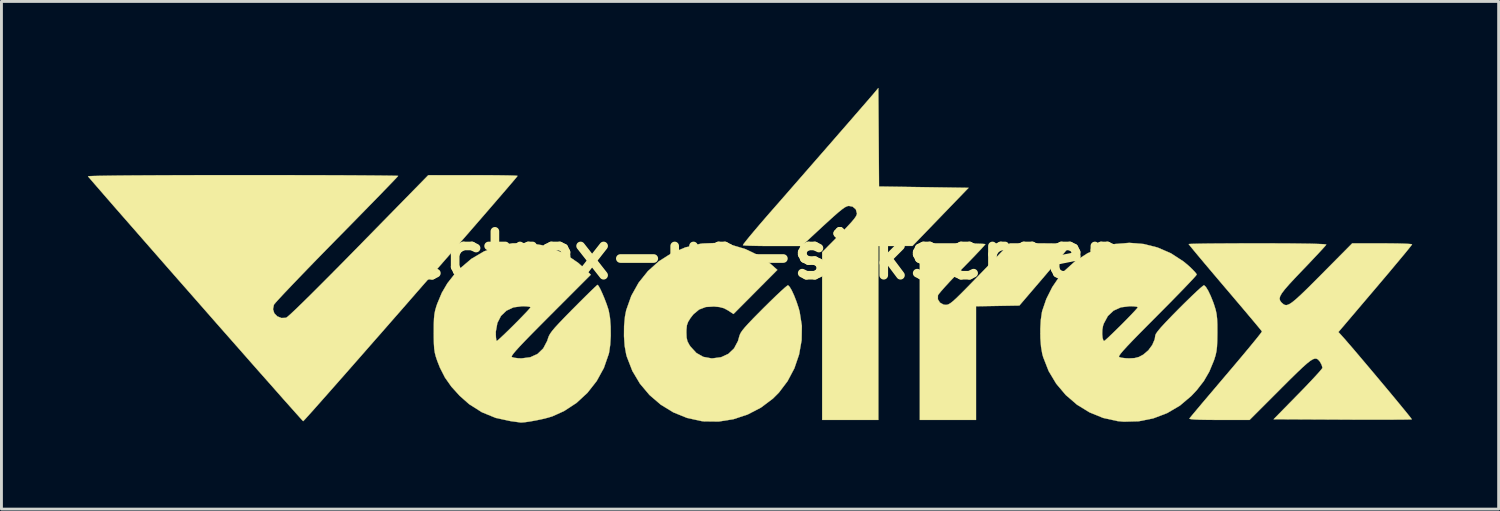
<source format=kicad_pcb>
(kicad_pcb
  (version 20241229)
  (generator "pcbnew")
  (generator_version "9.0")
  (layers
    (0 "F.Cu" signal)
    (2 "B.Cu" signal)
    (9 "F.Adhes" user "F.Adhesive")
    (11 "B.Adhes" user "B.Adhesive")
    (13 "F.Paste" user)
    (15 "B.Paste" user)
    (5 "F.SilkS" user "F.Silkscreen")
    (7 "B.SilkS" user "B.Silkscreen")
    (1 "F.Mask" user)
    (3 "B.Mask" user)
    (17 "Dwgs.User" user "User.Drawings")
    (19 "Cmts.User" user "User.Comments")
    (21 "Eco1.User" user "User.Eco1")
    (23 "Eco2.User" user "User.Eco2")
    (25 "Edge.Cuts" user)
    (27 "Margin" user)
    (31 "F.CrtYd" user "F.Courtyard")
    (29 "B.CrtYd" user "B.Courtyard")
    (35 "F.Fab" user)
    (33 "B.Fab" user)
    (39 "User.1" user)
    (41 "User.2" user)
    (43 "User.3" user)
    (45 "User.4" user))
  (footprint "vectrex-us-silkscreen"
    (layer "F.Cu")
    (at 22.983 5.815)
    (property "Reference" "vectrex-us-silkscreen" (at 0 0 0) (layer "F.SilkS") (effects (font (size 1.524 1.524) (thickness 0.3))))
    (attr through_hole)
    (fp_poly (pts (xy 7.349 -0.417) (xy 7.63 -0.413) (xy 7.865 -0.408) (xy 8.041 -0.402) (xy 8.147 -0.394) (xy 8.173 -0.388) (xy 8.141 -0.348) (xy 8.054 -0.251) (xy 7.918 -0.107) (xy 7.744 0.076) (xy 7.539 0.287) (xy 7.365 0.464) (xy 7.141 0.695) (xy 6.937 0.91) (xy 6.765 1.097) (xy 6.633 1.247) (xy 6.55 1.349) (xy 6.526 1.388) (xy 6.524 1.525) (xy 6.596 1.64) (xy 6.722 1.709) (xy 6.799 1.718) (xy 6.847 1.714) (xy 6.899 1.695) (xy 6.963 1.657) (xy 7.047 1.591) (xy 7.158 1.491) (xy 7.303 1.35) (xy 7.491 1.161) (xy 7.728 0.918) (xy 7.988 0.65) (xy 9.021 -0.418) (xy 10.082 -0.418) (xy 10.385 -0.416) (xy 10.654 -0.412) (xy 10.876 -0.406) (xy 11.039 -0.398) (xy 11.129 -0.389) (xy 11.142 -0.383) (xy 11.113 -0.34) (xy 11.03 -0.236) (xy 10.902 -0.08) (xy 10.735 0.12) (xy 10.538 0.354) (xy 10.318 0.613) (xy 10.247 0.697) (xy 9.353 1.741) (xy 7.848 1.767) (xy 7.848 5.712) (xy 5.897 5.712) (xy 5.897 -0.418) (xy 7.035 -0.418) (xy 7.349 -0.417)) (stroke (width 0.01) (type solid)) (fill yes) (layer "F.SilkS"))
    (fp_poly (pts (xy 4.469 -4.101) (xy 4.481 -2.391) (xy 6.035 -2.368) (xy 7.589 -2.345) (xy 5.642 -0.328) (xy 5.05 -0.326) (xy 4.458 -0.325) (xy 4.458 5.712) (xy 2.507 5.712) (xy 2.507 -0.112) (xy 3.111 -0.721) (xy 3.339 -0.955) (xy 3.506 -1.135) (xy 3.62 -1.269) (xy 3.686 -1.366) (xy 3.713 -1.435) (xy 3.715 -1.452) (xy 3.675 -1.598) (xy 3.566 -1.691) (xy 3.433 -1.718) (xy 3.375 -1.707) (xy 3.3 -1.671) (xy 3.2 -1.601) (xy 3.063 -1.49) (xy 2.883 -1.332) (xy 2.648 -1.118) (xy 2.543 -1.022) (xy 1.79 -0.325) (xy 0.787 -0.325) (xy 0.491 -0.326) (xy 0.227 -0.33) (xy 0.009 -0.335) (xy -0.15 -0.342) (xy -0.234 -0.349) (xy -0.244 -0.353) (xy -0.222 -0.393) (xy -0.144 -0.494) (xy -0.02 -0.648) (xy 0.145 -0.845) (xy 0.343 -1.078) (xy 0.567 -1.338) (xy 0.69 -1.479) (xy 1.025 -1.861) (xy 1.371 -2.257) (xy 1.724 -2.661) (xy 2.076 -3.065) (xy 2.423 -3.462) (xy 2.759 -3.847) (xy 3.077 -4.213) (xy 3.373 -4.552) (xy 3.639 -4.859) (xy 3.871 -5.126) (xy 4.063 -5.347) (xy 4.208 -5.515) (xy 4.302 -5.624) (xy 4.329 -5.657) (xy 4.457 -5.81) (xy 4.469 -4.101)) (stroke (width 0.01) (type solid)) (fill yes) (layer "F.SilkS"))
    (fp_poly (pts (xy -0.644 -0.364) (xy -0.159 -0.219) (xy 0.296 -0.002) (xy 0.7 0.282) (xy 0.743 0.32) (xy 0.952 0.504) (xy 0.19 1.27) (xy -0.571 2.035) (xy -0.757 1.913) (xy -0.901 1.835) (xy -1.061 1.793) (xy -1.249 1.775) (xy -1.532 1.792) (xy -1.763 1.879) (xy -1.961 2.044) (xy -2.064 2.175) (xy -2.146 2.307) (xy -2.189 2.428) (xy -2.204 2.581) (xy -2.206 2.67) (xy -2.199 2.851) (xy -2.17 2.981) (xy -2.106 3.103) (xy -2.064 3.165) (xy -1.861 3.386) (xy -1.621 3.522) (xy -1.34 3.574) (xy -1.303 3.575) (xy -1.002 3.535) (xy -0.749 3.418) (xy -0.552 3.23) (xy -0.416 2.974) (xy -0.377 2.836) (xy -0.356 2.765) (xy -0.321 2.691) (xy -0.263 2.605) (xy -0.175 2.497) (xy -0.048 2.357) (xy 0.125 2.176) (xy 0.354 1.945) (xy 0.472 1.826) (xy 0.697 1.604) (xy 0.9 1.407) (xy 1.075 1.243) (xy 1.21 1.121) (xy 1.296 1.051) (xy 1.323 1.037) (xy 1.379 1.093) (xy 1.453 1.219) (xy 1.534 1.395) (xy 1.615 1.603) (xy 1.688 1.822) (xy 1.725 1.956) (xy 1.802 2.445) (xy 1.794 2.944) (xy 1.706 3.441) (xy 1.543 3.919) (xy 1.307 4.365) (xy 1.005 4.764) (xy 0.798 4.971) (xy 0.382 5.284) (xy -0.08 5.524) (xy -0.573 5.687) (xy -1.082 5.768) (xy -1.595 5.762) (xy -1.678 5.753) (xy -2.185 5.642) (xy -2.661 5.449) (xy -3.098 5.181) (xy -3.487 4.847) (xy -3.818 4.454) (xy -4.082 4.011) (xy -4.271 3.524) (xy -4.296 3.435) (xy -4.348 3.147) (xy -4.372 2.806) (xy -4.369 2.452) (xy -4.338 2.12) (xy -4.296 1.905) (xy -4.119 1.405) (xy -3.865 0.95) (xy -3.543 0.547) (xy -3.16 0.204) (xy -2.724 -0.073) (xy -2.243 -0.277) (xy -1.726 -0.401) (xy -1.639 -0.413) (xy -1.144 -0.431) (xy -0.644 -0.364)) (stroke (width 0.01) (type solid)) (fill yes) (layer "F.SilkS"))
    (fp_poly (pts (xy -7.218 -0.354) (xy -6.859 -0.248) (xy -6.381 -0.029) (xy -5.956 0.265) (xy -5.769 0.433) (xy -5.524 0.671) (xy -6.93 2.078) (xy -7.281 2.431) (xy -7.571 2.724) (xy -7.804 2.963) (xy -7.984 3.152) (xy -8.116 3.297) (xy -8.205 3.402) (xy -8.256 3.473) (xy -8.272 3.515) (xy -8.265 3.529) (xy -8.183 3.554) (xy -8.043 3.571) (xy -7.927 3.575) (xy -7.625 3.536) (xy -7.372 3.42) (xy -7.175 3.229) (xy -7.038 2.969) (xy -7.009 2.879) (xy -6.982 2.804) (xy -6.938 2.723) (xy -6.868 2.625) (xy -6.765 2.502) (xy -6.62 2.345) (xy -6.426 2.142) (xy -6.175 1.886) (xy -6.134 1.846) (xy -5.91 1.62) (xy -5.706 1.418) (xy -5.533 1.248) (xy -5.4 1.12) (xy -5.316 1.042) (xy -5.289 1.022) (xy -5.253 1.062) (xy -5.194 1.169) (xy -5.123 1.323) (xy -5.048 1.502) (xy -4.977 1.687) (xy -4.921 1.855) (xy -4.901 1.925) (xy -4.858 2.169) (xy -4.835 2.469) (xy -4.832 2.792) (xy -4.85 3.101) (xy -4.888 3.364) (xy -4.899 3.415) (xy -5.07 3.907) (xy -5.32 4.362) (xy -5.64 4.77) (xy -6.02 5.121) (xy -6.452 5.404) (xy -6.86 5.588) (xy -7.013 5.634) (xy -7.209 5.683) (xy -7.424 5.728) (xy -7.635 5.766) (xy -7.817 5.792) (xy -7.946 5.802) (xy -7.986 5.798) (xy -8.041 5.79) (xy -8.161 5.773) (xy -8.304 5.754) (xy -8.824 5.642) (xy -9.306 5.445) (xy -9.748 5.165) (xy -10.076 4.875) (xy -10.365 4.556) (xy -10.588 4.239) (xy -10.764 3.893) (xy -10.855 3.661) (xy -10.905 3.512) (xy -10.939 3.379) (xy -10.96 3.238) (xy -10.971 3.066) (xy -10.976 2.838) (xy -10.976 2.708) (xy -8.823 2.708) (xy -8.817 2.85) (xy -8.803 2.946) (xy -8.789 2.972) (xy -8.746 2.941) (xy -8.65 2.854) (xy -8.511 2.723) (xy -8.34 2.557) (xy -8.185 2.404) (xy -7.999 2.216) (xy -7.839 2.051) (xy -7.714 1.919) (xy -7.637 1.831) (xy -7.615 1.8) (xy -7.658 1.782) (xy -7.768 1.769) (xy -7.908 1.765) (xy -8.206 1.804) (xy -8.452 1.919) (xy -8.642 2.101) (xy -8.767 2.345) (xy -8.821 2.641) (xy -8.823 2.708) (xy -10.976 2.708) (xy -10.976 2.67) (xy -10.975 2.399) (xy -10.968 2.197) (xy -10.952 2.04) (xy -10.926 1.906) (xy -10.886 1.769) (xy -10.855 1.679) (xy -10.697 1.301) (xy -10.504 0.971) (xy -10.257 0.656) (xy -10.076 0.465) (xy -9.673 0.122) (xy -9.228 -0.14) (xy -8.751 -0.321) (xy -8.251 -0.419) (xy -7.737 -0.43) (xy -7.218 -0.354)) (stroke (width 0.01) (type solid)) (fill yes) (layer "F.SilkS"))
    (fp_poly (pts (xy -16.904 -2.786) (xy -16.231 -2.785) (xy -15.59 -2.784) (xy -14.988 -2.783) (xy -14.429 -2.781) (xy -13.919 -2.779) (xy -13.465 -2.776) (xy -13.072 -2.773) (xy -12.745 -2.77) (xy -12.492 -2.767) (xy -12.316 -2.764) (xy -12.225 -2.76) (xy -12.212 -2.759) (xy -12.244 -2.722) (xy -12.336 -2.624) (xy -12.482 -2.472) (xy -12.677 -2.27) (xy -12.915 -2.024) (xy -13.192 -1.741) (xy -13.502 -1.424) (xy -13.839 -1.08) (xy -14.198 -0.715) (xy -14.337 -0.574) (xy -14.705 -0.199) (xy -15.055 0.159) (xy -15.381 0.495) (xy -15.677 0.802) (xy -15.938 1.075) (xy -16.159 1.307) (xy -16.332 1.493) (xy -16.454 1.627) (xy -16.517 1.703) (xy -16.525 1.714) (xy -16.556 1.868) (xy -16.512 2.008) (xy -16.408 2.116) (xy -16.263 2.174) (xy -16.104 2.167) (xy -16.049 2.128) (xy -15.934 2.026) (xy -15.761 1.863) (xy -15.535 1.644) (xy -15.257 1.371) (xy -14.932 1.047) (xy -14.563 0.677) (xy -14.153 0.263) (xy -13.706 -0.192) (xy -13.578 -0.322) (xy -11.168 -2.782) (xy -9.631 -2.784) (xy -9.263 -2.784) (xy -8.924 -2.782) (xy -8.627 -2.779) (xy -8.382 -2.775) (xy -8.2 -2.77) (xy -8.093 -2.764) (xy -8.068 -2.759) (xy -8.095 -2.722) (xy -8.179 -2.621) (xy -8.316 -2.46) (xy -8.5 -2.245) (xy -8.727 -1.982) (xy -8.993 -1.674) (xy -9.293 -1.327) (xy -9.623 -0.947) (xy -9.978 -0.539) (xy -10.353 -0.107) (xy -10.745 0.342) (xy -11.148 0.804) (xy -11.559 1.274) (xy -11.971 1.747) (xy -12.382 2.216) (xy -12.786 2.678) (xy -13.18 3.126) (xy -13.557 3.557) (xy -13.915 3.964) (xy -14.248 4.342) (xy -14.552 4.687) (xy -14.822 4.992) (xy -15.054 5.254) (xy -15.243 5.466) (xy -15.385 5.623) (xy -15.475 5.721) (xy -15.509 5.754) (xy -15.542 5.721) (xy -15.633 5.621) (xy -15.777 5.46) (xy -15.971 5.242) (xy -16.212 4.972) (xy -16.494 4.652) (xy -16.816 4.288) (xy -17.173 3.885) (xy -17.56 3.445) (xy -17.976 2.973) (xy -18.415 2.475) (xy -18.873 1.953) (xy -19.247 1.527) (xy -19.72 0.989) (xy -20.175 0.471) (xy -20.609 -0.025) (xy -21.018 -0.492) (xy -21.399 -0.928) (xy -21.749 -1.327) (xy -22.062 -1.685) (xy -22.335 -1.999) (xy -22.565 -2.264) (xy -22.748 -2.475) (xy -22.88 -2.628) (xy -22.958 -2.719) (xy -22.978 -2.744) (xy -22.934 -2.75) (xy -22.802 -2.756) (xy -22.586 -2.761) (xy -22.29 -2.766) (xy -21.917 -2.771) (xy -21.474 -2.775) (xy -20.963 -2.778) (xy -20.39 -2.781) (xy -19.757 -2.783) (xy -19.071 -2.785) (xy -18.334 -2.786) (xy -17.603 -2.786) (xy -16.904 -2.786)) (stroke (width 0.01) (type solid)) (fill yes) (layer "F.SilkS"))
    (fp_poly (pts (xy 13.665 -0.395) (xy 14.15 -0.273) (xy 14.616 -0.071) (xy 15.052 0.213) (xy 15.219 0.352) (xy 15.352 0.477) (xy 15.453 0.583) (xy 15.506 0.653) (xy 15.509 0.665) (xy 15.477 0.709) (xy 15.387 0.81) (xy 15.243 0.963) (xy 15.055 1.16) (xy 14.827 1.394) (xy 14.568 1.659) (xy 14.284 1.945) (xy 14.128 2.102) (xy 13.78 2.452) (xy 13.493 2.742) (xy 13.264 2.977) (xy 13.087 3.163) (xy 12.958 3.305) (xy 12.871 3.408) (xy 12.823 3.477) (xy 12.809 3.517) (xy 12.816 3.529) (xy 12.898 3.554) (xy 13.039 3.57) (xy 13.167 3.575) (xy 13.355 3.565) (xy 13.5 3.527) (xy 13.649 3.448) (xy 13.659 3.441) (xy 13.829 3.296) (xy 13.966 3.11) (xy 14.051 2.912) (xy 14.07 2.786) (xy 14.09 2.728) (xy 14.155 2.634) (xy 14.269 2.498) (xy 14.438 2.315) (xy 14.665 2.079) (xy 14.893 1.848) (xy 15.119 1.623) (xy 15.326 1.422) (xy 15.503 1.254) (xy 15.641 1.129) (xy 15.732 1.054) (xy 15.763 1.036) (xy 15.827 1.095) (xy 15.907 1.225) (xy 15.995 1.409) (xy 16.083 1.629) (xy 16.12 1.737) (xy 16.167 1.89) (xy 16.198 2.035) (xy 16.216 2.195) (xy 16.225 2.396) (xy 16.226 2.662) (xy 16.226 2.693) (xy 16.222 2.963) (xy 16.213 3.164) (xy 16.195 3.322) (xy 16.165 3.462) (xy 16.12 3.608) (xy 16.101 3.661) (xy 15.946 4.035) (xy 15.756 4.363) (xy 15.512 4.676) (xy 15.322 4.879) (xy 14.927 5.214) (xy 14.483 5.475) (xy 14.002 5.658) (xy 13.496 5.759) (xy 12.977 5.773) (xy 12.763 5.753) (xy 12.26 5.642) (xy 11.786 5.449) (xy 11.35 5.181) (xy 10.963 4.847) (xy 10.632 4.455) (xy 10.368 4.014) (xy 10.179 3.531) (xy 10.147 3.415) (xy 10.105 3.17) (xy 10.082 2.87) (xy 10.081 2.727) (xy 12.228 2.727) (xy 12.24 2.86) (xy 12.267 2.95) (xy 12.295 2.972) (xy 12.337 2.941) (xy 12.433 2.854) (xy 12.571 2.723) (xy 12.741 2.557) (xy 12.897 2.404) (xy 13.083 2.216) (xy 13.243 2.051) (xy 13.367 1.919) (xy 13.445 1.831) (xy 13.466 1.8) (xy 13.424 1.781) (xy 13.314 1.769) (xy 13.186 1.765) (xy 12.878 1.803) (xy 12.623 1.918) (xy 12.424 2.106) (xy 12.284 2.365) (xy 12.257 2.445) (xy 12.233 2.579) (xy 12.228 2.727) (xy 10.081 2.727) (xy 10.08 2.548) (xy 10.097 2.239) (xy 10.135 1.978) (xy 10.147 1.925) (xy 10.288 1.513) (xy 10.494 1.103) (xy 10.748 0.729) (xy 10.897 0.556) (xy 11.292 0.2) (xy 11.727 -0.078) (xy 12.192 -0.276) (xy 12.676 -0.396) (xy 13.171 -0.435) (xy 13.665 -0.395)) (stroke (width 0.01) (type solid)) (fill yes) (layer "F.SilkS"))
    (fp_poly (pts (xy 22.246 -0.416) (xy 22.511 -0.412) (xy 22.73 -0.406) (xy 22.889 -0.397) (xy 22.974 -0.388) (xy 22.985 -0.383) (xy 22.956 -0.341) (xy 22.873 -0.236) (xy 22.742 -0.075) (xy 22.569 0.133) (xy 22.36 0.383) (xy 22.123 0.666) (xy 21.862 0.974) (xy 21.707 1.157) (xy 20.428 2.661) (xy 20.538 2.782) (xy 20.638 2.893) (xy 20.779 3.056) (xy 20.955 3.26) (xy 21.156 3.497) (xy 21.377 3.758) (xy 21.609 4.033) (xy 21.845 4.314) (xy 22.077 4.591) (xy 22.298 4.856) (xy 22.5 5.1) (xy 22.676 5.314) (xy 22.818 5.488) (xy 22.918 5.613) (xy 22.97 5.682) (xy 22.975 5.691) (xy 22.925 5.695) (xy 22.792 5.698) (xy 22.584 5.701) (xy 22.309 5.702) (xy 21.976 5.703) (xy 21.594 5.703) (xy 21.172 5.703) (xy 20.718 5.701) (xy 20.566 5.7) (xy 18.179 5.688) (xy 19.027 4.824) (xy 19.255 4.59) (xy 19.459 4.375) (xy 19.632 4.19) (xy 19.765 4.043) (xy 19.848 3.944) (xy 19.874 3.904) (xy 19.847 3.803) (xy 19.785 3.688) (xy 19.716 3.611) (xy 19.667 3.587) (xy 19.613 3.583) (xy 19.545 3.604) (xy 19.457 3.657) (xy 19.342 3.747) (xy 19.192 3.88) (xy 19 4.062) (xy 18.758 4.298) (xy 18.461 4.594) (xy 18.412 4.644) (xy 17.344 5.712) (xy 16.285 5.712) (xy 15.911 5.71) (xy 15.625 5.705) (xy 15.424 5.696) (xy 15.302 5.684) (xy 15.256 5.668) (xy 15.256 5.662) (xy 15.292 5.617) (xy 15.382 5.508) (xy 15.519 5.345) (xy 15.696 5.134) (xy 15.909 4.883) (xy 16.149 4.6) (xy 16.41 4.292) (xy 16.537 4.143) (xy 16.804 3.828) (xy 17.052 3.534) (xy 17.273 3.269) (xy 17.461 3.041) (xy 17.611 2.857) (xy 17.715 2.725) (xy 17.768 2.652) (xy 17.774 2.641) (xy 17.742 2.599) (xy 17.656 2.494) (xy 17.523 2.334) (xy 17.348 2.126) (xy 17.138 1.877) (xy 16.899 1.595) (xy 16.638 1.287) (xy 16.496 1.121) (xy 16.226 0.803) (xy 15.976 0.508) (xy 15.752 0.242) (xy 15.56 0.013) (xy 15.406 -0.172) (xy 15.297 -0.305) (xy 15.239 -0.379) (xy 15.231 -0.392) (xy 15.276 -0.397) (xy 15.405 -0.401) (xy 15.61 -0.406) (xy 15.881 -0.41) (xy 16.211 -0.413) (xy 16.591 -0.415) (xy 17.011 -0.417) (xy 17.464 -0.418) (xy 17.626 -0.418) (xy 18.2 -0.417) (xy 18.701 -0.415) (xy 19.125 -0.41) (xy 19.469 -0.405) (xy 19.731 -0.397) (xy 19.908 -0.389) (xy 19.996 -0.379) (xy 20.006 -0.373) (xy 19.971 -0.328) (xy 19.88 -0.227) (xy 19.742 -0.077) (xy 19.566 0.11) (xy 19.362 0.326) (xy 19.189 0.506) (xy 18.923 0.785) (xy 18.716 1.008) (xy 18.565 1.182) (xy 18.463 1.316) (xy 18.405 1.419) (xy 18.386 1.499) (xy 18.4 1.565) (xy 18.442 1.625) (xy 18.461 1.645) (xy 18.517 1.694) (xy 18.574 1.723) (xy 18.639 1.725) (xy 18.719 1.695) (xy 18.822 1.629) (xy 18.954 1.521) (xy 19.124 1.366) (xy 19.339 1.159) (xy 19.605 0.894) (xy 19.848 0.65) (xy 20.907 -0.418) (xy 21.946 -0.418) (xy 22.246 -0.416)) (stroke (width 0.01) (type solid)) (fill yes) (layer "F.SilkS")))
  (gr_rect
    (start -3 -3)
    (end 48.973 14.622)
    (stroke (width 0.1) (type default))
    (fill no)
    (layer "Edge.Cuts")))
</source>
